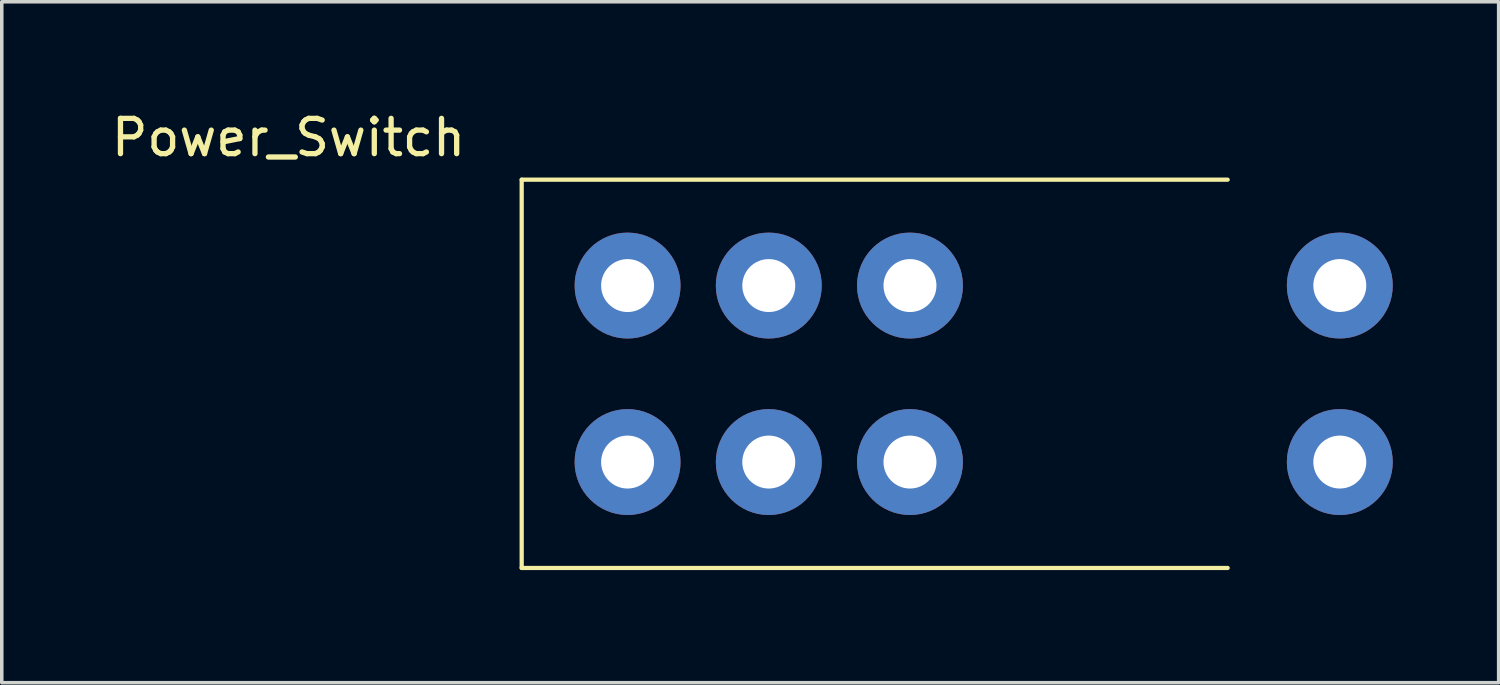
<source format=kicad_pcb>
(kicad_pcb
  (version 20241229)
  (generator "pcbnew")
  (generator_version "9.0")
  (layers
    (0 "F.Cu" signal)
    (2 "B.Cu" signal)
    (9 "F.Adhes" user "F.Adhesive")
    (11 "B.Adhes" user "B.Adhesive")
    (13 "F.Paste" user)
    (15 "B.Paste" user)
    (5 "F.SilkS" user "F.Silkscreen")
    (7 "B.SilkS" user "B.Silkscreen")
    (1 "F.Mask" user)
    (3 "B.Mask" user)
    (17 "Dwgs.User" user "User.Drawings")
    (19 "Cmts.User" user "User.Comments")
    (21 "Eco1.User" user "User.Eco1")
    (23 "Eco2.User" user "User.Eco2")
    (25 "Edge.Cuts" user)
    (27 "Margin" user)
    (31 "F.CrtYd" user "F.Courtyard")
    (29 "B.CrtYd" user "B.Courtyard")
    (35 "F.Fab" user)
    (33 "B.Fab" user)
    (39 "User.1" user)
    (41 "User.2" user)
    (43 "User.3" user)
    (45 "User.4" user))
  (footprint "Power_Switch"
    (layer "F.Cu")
    (at 11.729 13.04)
    (property "Reference" "Power_Switch" (at -6.604 -12.192 0) (layer "F.SilkS") (effects (font (size 1 1) (thickness 0.15))))
    (attr through_hole)
    (fp_line (start 0 -11) (end 20 -11) (stroke (width 0.12) (type solid)) (layer "F.SilkS"))
    (fp_line (start 0 0) (end 0 -11) (stroke (width 0.12) (type solid)) (layer "F.SilkS"))
    (fp_line (start 0 0) (end 20 0) (stroke (width 0.12) (type solid)) (layer "F.SilkS"))
    (pad "0" thru_hole circle (at 23.177 -8.001) (size 3 3) (drill 1.5) (layers "*.Cu" "*.Mask"))
    (pad "0" thru_hole circle (at 23.177 -3) (size 3 3) (drill 1.5) (layers "*.Cu" "*.Mask"))
    (pad "1" thru_hole circle (at 3 -3) (size 3 3) (drill 1.5) (layers "*.Cu" "*.Mask"))
    (pad "1" thru_hole circle (at 7 -3) (size 3 3) (drill 1.5) (layers "*.Cu" "*.Mask"))
    (pad "2" thru_hole circle (at 11 -3) (size 3 3) (drill 1.5) (layers "*.Cu" "*.Mask"))
    (pad "3" thru_hole circle (at 11 -8) (size 3 3) (drill 1.5) (layers "*.Cu" "*.Mask"))
    (pad "4" thru_hole circle (at 3 -8) (size 3 3) (drill 1.5) (layers "*.Cu" "*.Mask"))
    (pad "4" thru_hole circle (at 7 -8) (size 3 3) (drill 1.5) (layers "*.Cu" "*.Mask")))
  (gr_rect
    (start -3 -3)
    (end 39.406 16.29)
    (stroke (width 0.1) (type default))
    (fill no)
    (layer "Edge.Cuts")))
</source>
